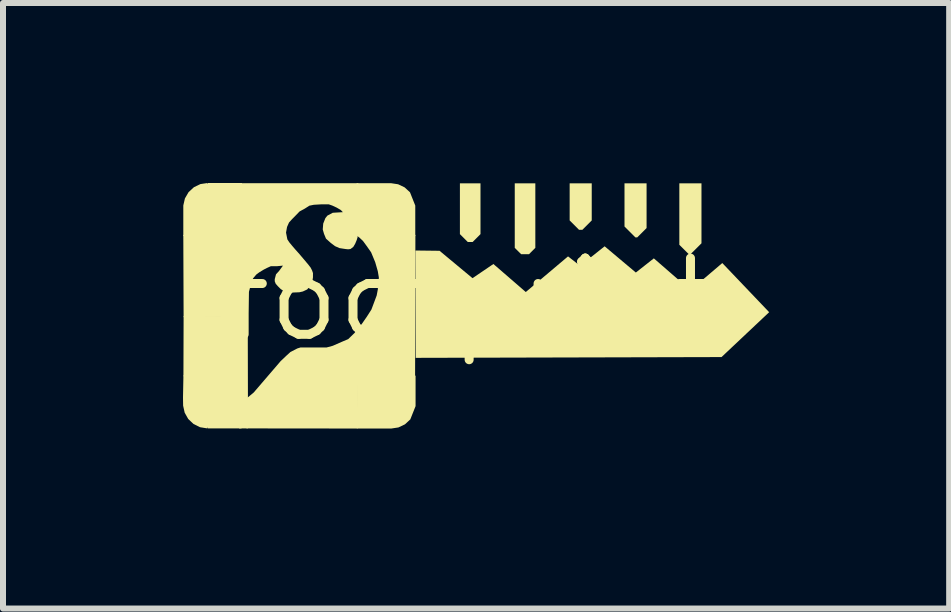
<source format=kicad_pcb>
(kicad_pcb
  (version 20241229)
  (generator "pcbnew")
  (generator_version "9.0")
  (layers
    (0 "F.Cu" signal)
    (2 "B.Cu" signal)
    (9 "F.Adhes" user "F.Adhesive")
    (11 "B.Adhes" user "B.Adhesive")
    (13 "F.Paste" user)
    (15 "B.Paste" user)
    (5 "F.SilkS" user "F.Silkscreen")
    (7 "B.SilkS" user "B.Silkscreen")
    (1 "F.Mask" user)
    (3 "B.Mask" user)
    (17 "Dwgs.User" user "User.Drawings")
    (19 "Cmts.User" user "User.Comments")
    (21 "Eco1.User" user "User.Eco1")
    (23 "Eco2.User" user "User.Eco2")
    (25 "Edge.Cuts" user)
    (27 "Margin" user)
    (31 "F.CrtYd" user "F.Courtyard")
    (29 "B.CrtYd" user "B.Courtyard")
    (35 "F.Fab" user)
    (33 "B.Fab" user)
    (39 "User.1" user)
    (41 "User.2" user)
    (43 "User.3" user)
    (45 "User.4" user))
  (footprint "footprint"
    (layer "F.Cu")
    (at 4.799 1.942)
    (property "Reference" "footprint" (at 0 0 0) (layer "F.SilkS") (effects (font (size 1.27 1.27) (thickness 0.15))))
    (fp_poly (pts (xy 0.159 -1.09) (xy 0.028 -0.959) (xy -0.053 -0.959) (xy -0.184 -1.09) (xy -0.184 -1.937) (xy 0.159 -1.937)) (stroke (width 0) (type solid)) (fill yes) (layer "F.SilkS"))
    (fp_poly (pts (xy 1.073 -0.861) (xy 0.968 -0.756) (xy 0.836 -0.756) (xy 0.73 -0.861) (xy 0.73 -1.937) (xy 1.073 -1.937)) (stroke (width 0) (type solid)) (fill yes) (layer "F.SilkS"))
    (fp_poly (pts (xy 2.013 -1.318) (xy 1.857 -1.162) (xy 1.801 -1.162) (xy 1.645 -1.318) (xy 1.645 -1.937) (xy 2.013 -1.937)) (stroke (width 0) (type solid)) (fill yes) (layer "F.SilkS"))
    (fp_poly (pts (xy 2.927 -1.191) (xy 2.771 -1.035) (xy 2.741 -1.035) (xy 2.559 -1.217) (xy 2.559 -1.937) (xy 2.927 -1.937)) (stroke (width 0) (type solid)) (fill yes) (layer "F.SilkS"))
    (fp_poly (pts (xy 3.842 -0.937) (xy 3.66 -0.756) (xy 3.63 -0.756) (xy 3.473 -0.912) (xy 3.473 -1.937) (xy 3.842 -1.937)) (stroke (width 0) (type solid)) (fill yes) (layer "F.SilkS"))
    (fp_poly (pts (xy -3.717 1.631) (xy -3.72 2.148) (xy -3.865 2.148) (xy -3.857 1.284) (xy -4.792 1.279) (xy -4.789 0.278) (xy -3.72 0.273)) (stroke (width 0) (type solid)) (fill yes) (layer "F.SilkS"))
    (fp_poly (pts (xy -1.214 -1.921) (xy -1.105 -1.869) (xy -1.016 -1.787) (xy -0.928 -1.566) (xy -0.928 -1.421) (xy -0.928 -1.058) (xy -1.901 -1.06) (xy -1.906 -1.939) (xy -1.333 -1.939)) (stroke (width 0) (type solid)) (fill yes) (layer "F.SilkS"))
    (fp_poly (pts (xy -0.923 1.632) (xy -0.923 1.777) (xy -1.011 1.998) (xy -1.1 2.08) (xy -1.209 2.132) (xy -1.328 2.15) (xy -1.901 2.15) (xy -1.896 1.271) (xy -0.923 1.269)) (stroke (width 0) (type solid)) (fill yes) (layer "F.SilkS"))
    (fp_poly (pts (xy -3.821 -1.063) (xy -4.794 -1.06) (xy -4.794 -1.436) (xy -4.794 -1.568) (xy -4.767 -1.685) (xy -4.706 -1.79) (xy -4.617 -1.872) (xy -4.509 -1.924) (xy -4.39 -1.942) (xy -4.389 -1.935) (xy -4.389 -1.929) (xy -4.383 -1.929) (xy -4.383 -1.942) (xy -3.816 -1.942)) (stroke (width 0) (type solid)) (fill yes) (layer "F.SilkS"))
    (fp_poly (pts (xy 2.748 -0.45) (xy 3.048 -0.686) (xy 3.658 -0.156) (xy 4.189 -0.608) (xy 4.97 0.211) (xy 4.176 0.959) (xy -0.921 0.972) (xy -0.926 -0.817) (xy -0.523 -0.812) (xy 0.026 -0.356) (xy 0.374 -0.592) (xy 0.914 -0.125) (xy 1.618 -0.719) (xy 1.819 -0.562) (xy 2.228 -0.887)) (stroke (width 0) (type solid)) (fill yes) (layer "F.SilkS"))
    (fp_poly (pts (xy -3.829 1.269) (xy -3.824 2.148) (xy -4.39 2.148) (xy -4.39 2.135) (xy -4.397 2.135) (xy -4.397 2.141) (xy -4.398 2.147) (xy -4.516 2.128) (xy -4.624 2.074) (xy -4.712 1.991) (xy -4.771 1.886) (xy -4.797 1.769) (xy -4.799 1.642) (xy -4.799 1.642) (xy -4.799 1.638) (xy -4.799 1.634) (xy -4.799 1.634) (xy -4.792 1.266)) (stroke (width 0) (type solid)) (fill yes) (layer "F.SilkS"))
    (fp_poly (pts (xy -0.931 1.281) (xy -1.881 1.286) (xy -1.891 2.15) (xy -3.74 2.148) (xy -3.743 1.651) (xy -3.621 1.55) (xy -3.172 1.027) (xy -3.075 0.935) (xy -3.008 0.874) (xy -2.893 0.815) (xy -2.841 0.799) (xy -2.406 0.799) (xy -2.303 0.771) (xy -2.136 0.698) (xy -2.046 0.66) (xy -1.94 0.557) (xy -1.814 0.4) (xy -1.735 0.286) (xy -1.659 0.167) (xy -1.621 0.066) (xy -1.571 -0.068) (xy -1.543 -0.217) (xy -1.535 -0.368) (xy -1.553 -0.474) (xy -1.596 -0.623) (xy -1.664 -0.787) (xy -1.74 -0.895) (xy -1.798 -0.974) (xy -1.861 -1.034) (xy -1.92 -1.076) (xy -1.351 -1.076) (xy -0.926 -1.078)) (stroke (width 0) (type solid)) (fill yes) (layer "F.SilkS"))
    (fp_poly (pts (xy -1.889 -1.04) (xy -1.904 -0.991) (xy -1.93 -0.929) (xy -1.961 -0.877) (xy -2.007 -0.842) (xy -2.047 -0.837) (xy -2.094 -0.842) (xy -2.191 -0.857) (xy -2.264 -0.889) (xy -2.336 -0.943) (xy -2.416 -1.015) (xy -2.449 -1.095) (xy -2.47 -1.168) (xy -2.462 -1.266) (xy -2.426 -1.357) (xy -2.392 -1.399) (xy -2.303 -1.446) (xy -2.135 -1.456) (xy -2.168 -1.491) (xy -2.236 -1.531) (xy -2.311 -1.566) (xy -2.368 -1.586) (xy -2.502 -1.586) (xy -2.62 -1.579) (xy -2.693 -1.564) (xy -2.768 -1.516) (xy -2.856 -1.468) (xy -2.922 -1.4) (xy -2.982 -1.339) (xy -3.032 -1.284) (xy -3.065 -1.21) (xy -3.082 -1.115) (xy -3.06 -1.003) (xy -3.028 -0.954) (xy -2.982 -0.898) (xy -2.921 -0.827) (xy -2.86 -0.759) (xy -2.799 -0.687) (xy -2.761 -0.642) (xy -2.705 -0.575) (xy -2.672 -0.532) (xy -2.648 -0.485) (xy -2.633 -0.441) (xy -2.633 -0.37) (xy -2.643 -0.308) (xy -2.661 -0.269) (xy -2.695 -0.212) (xy -2.729 -0.168) (xy -2.802 -0.134) (xy -2.859 -0.121) (xy -2.982 -0.116) (xy -3.09 -0.134) (xy -3.13 -0.149) (xy -3.169 -0.173) (xy -3.22 -0.224) (xy -3.254 -0.263) (xy -3.27 -0.304) (xy -3.27 -0.339) (xy -3.249 -0.42) (xy -3.198 -0.476) (xy -3.133 -0.565) (xy -3.238 -0.555) (xy -3.336 -0.555) (xy -3.396 -0.528) (xy -3.451 -0.5) (xy -3.527 -0.454) (xy -3.577 -0.417) (xy -3.632 -0.352) (xy -3.664 -0.265) (xy -3.702 -0.121) (xy -3.718 0.286) (xy -4.789 0.293) (xy -4.794 -1.076) (xy -3.857 -1.083) (xy -3.865 -1.939) (xy -1.876 -1.939)) (stroke (width 0) (type solid)) (fill yes) (layer "F.SilkS")))
  (gr_rect
    (start -3 -3)
    (end 12.769 7.092)
    (stroke (width 0.1) (type default))
    (fill no)
    (layer "Edge.Cuts")))
</source>
